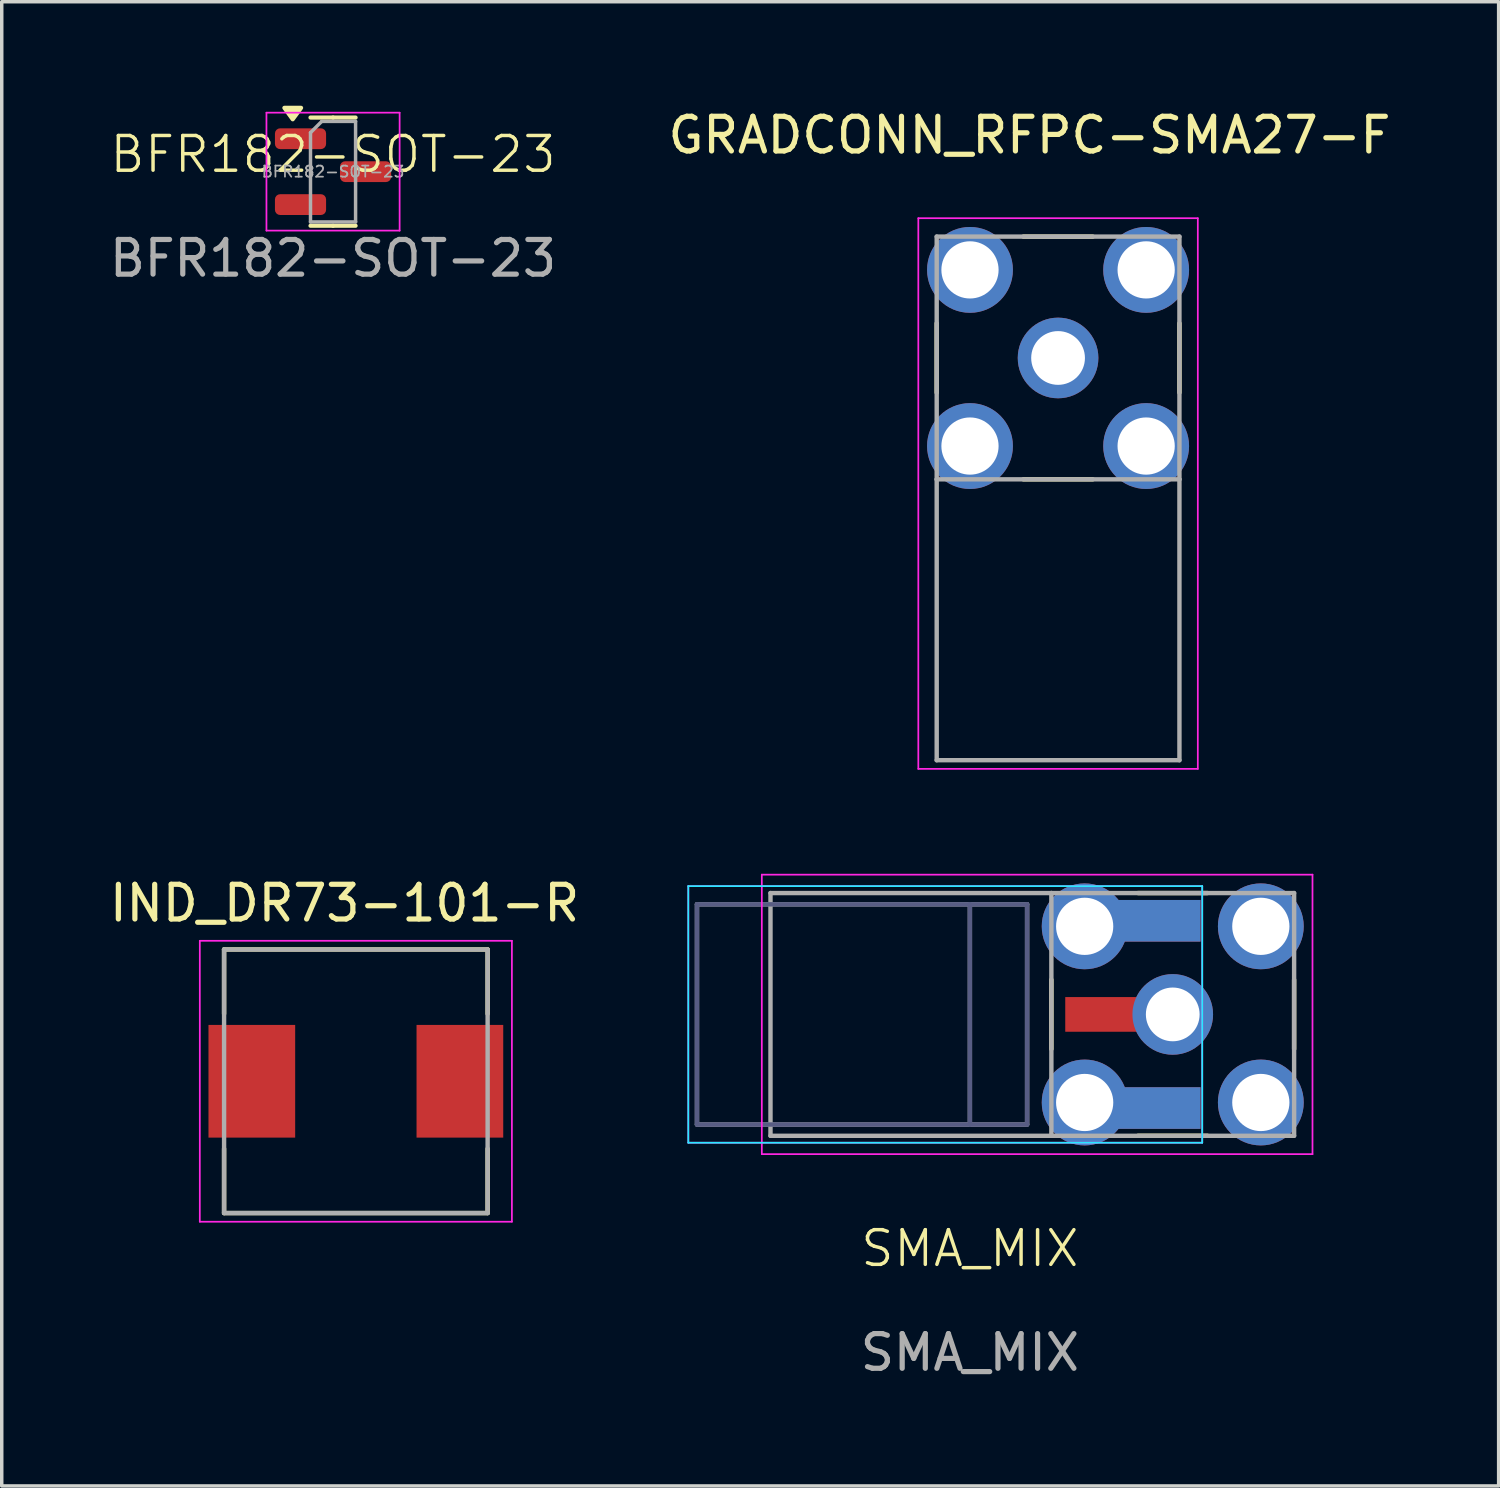
<source format=kicad_pcb>
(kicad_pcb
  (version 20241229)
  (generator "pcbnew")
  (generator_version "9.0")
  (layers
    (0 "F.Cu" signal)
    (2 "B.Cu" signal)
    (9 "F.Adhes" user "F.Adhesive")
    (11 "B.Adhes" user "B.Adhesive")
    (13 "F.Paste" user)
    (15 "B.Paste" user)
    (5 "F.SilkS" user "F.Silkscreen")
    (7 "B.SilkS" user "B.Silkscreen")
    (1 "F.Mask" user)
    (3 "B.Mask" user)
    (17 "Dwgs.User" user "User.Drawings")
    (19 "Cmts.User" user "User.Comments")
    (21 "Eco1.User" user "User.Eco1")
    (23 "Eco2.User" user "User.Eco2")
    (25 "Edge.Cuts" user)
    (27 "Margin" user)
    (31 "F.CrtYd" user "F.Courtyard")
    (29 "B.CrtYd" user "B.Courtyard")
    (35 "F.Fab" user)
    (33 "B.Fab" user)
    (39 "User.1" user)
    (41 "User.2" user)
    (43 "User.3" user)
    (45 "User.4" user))
  (footprint "IND_DR73-101-R"
    (layer "F.Cu")
    (at 7.212 28.131)
    (property "Reference" "IND_DR73-101-R" (at -0.325 -5.135 0) (layer "F.SilkS") (effects (font (size 1 1) (thickness 0.15))))
    (attr smd)
    (fp_line (start -3.8 -3.8) (end -3.8 -1.945) (stroke (width 0.127) (type solid)) (layer "F.SilkS"))
    (fp_line (start -3.8 1.945) (end -3.8 3.8) (stroke (width 0.127) (type solid)) (layer "F.SilkS"))
    (fp_line (start -3.8 3.8) (end 3.8 3.8) (stroke (width 0.127) (type solid)) (layer "F.SilkS"))
    (fp_line (start 3.8 -3.8) (end -3.8 -3.8) (stroke (width 0.127) (type solid)) (layer "F.SilkS"))
    (fp_line (start 3.8 -1.945) (end 3.8 -3.8) (stroke (width 0.127) (type solid)) (layer "F.SilkS"))
    (fp_line (start 3.8 3.8) (end 3.8 1.945) (stroke (width 0.127) (type solid)) (layer "F.SilkS"))
    (fp_line (start -4.5 -4.05) (end 4.5 -4.05) (stroke (width 0.05) (type solid)) (layer "F.CrtYd"))
    (fp_line (start -4.5 4.05) (end -4.5 -4.05) (stroke (width 0.05) (type solid)) (layer "F.CrtYd"))
    (fp_line (start 4.5 -4.05) (end 4.5 4.05) (stroke (width 0.05) (type solid)) (layer "F.CrtYd"))
    (fp_line (start 4.5 4.05) (end -4.5 4.05) (stroke (width 0.05) (type solid)) (layer "F.CrtYd"))
    (fp_line (start -3.8 -3.8) (end -3.8 3.8) (stroke (width 0.127) (type solid)) (layer "F.Fab"))
    (fp_line (start -3.8 3.8) (end 3.8 3.8) (stroke (width 0.127) (type solid)) (layer "F.Fab"))
    (fp_line (start 3.8 -3.8) (end -3.8 -3.8) (stroke (width 0.127) (type solid)) (layer "F.Fab"))
    (fp_line (start 3.8 3.8) (end 3.8 -3.8) (stroke (width 0.127) (type solid)) (layer "F.Fab"))
    (pad "1" smd rect (at -3 0) (size 2.5 3.25) (layers "F.Cu" "F.Mask" "F.Paste"))
    (pad "2" smd rect (at 3 0) (size 2.5 3.25) (layers "F.Cu" "F.Mask" "F.Paste")))
  (footprint "SMA_MIX"
    (layer "F.Cu")
    (at 24.919 26.203)
    (property "Reference" "SMA_MIX" (at 0 6.75 0) (unlocked yes) (layer "F.SilkS") (effects (font (size 1 1) (thickness 0.1))))
    (fp_line (start 2.35 -1) (end 2.35 1) (stroke (width 0.127) (type solid)) (layer "F.SilkS"))
    (fp_line (start 6.85 -3.5) (end 4.85 -3.5) (stroke (width 0.127) (type solid)) (layer "F.SilkS"))
    (fp_line (start 6.85 3.5) (end 4.85 3.5) (stroke (width 0.127) (type solid)) (layer "F.SilkS"))
    (fp_line (start 9.35 -1) (end 9.35 1) (stroke (width 0.127) (type solid)) (layer "F.SilkS"))
    (fp_line (start -8.12 -3.7) (end -8.12 3.7) (stroke (width 0.05) (type solid)) (layer "B.CrtYd"))
    (fp_line (start -8.12 3.7) (end 6.7 3.7) (stroke (width 0.05) (type solid)) (layer "B.CrtYd"))
    (fp_line (start 6.7 -3.7) (end -8.12 -3.7) (stroke (width 0.05) (type solid)) (layer "B.CrtYd"))
    (fp_line (start 6.7 3.7) (end 6.7 -3.7) (stroke (width 0.05) (type solid)) (layer "B.CrtYd"))
    (fp_line (start -8.12 -3.7) (end 6.7 -3.7) (stroke (width 0.05) (type solid)) (layer "F.CrtYd"))
    (fp_line (start -8.12 3.7) (end -8.12 -3.7) (stroke (width 0.05) (type solid)) (layer "F.CrtYd"))
    (fp_line (start -6 -4.03) (end -6 4.03) (stroke (width 0.05) (type solid)) (layer "F.CrtYd"))
    (fp_line (start -6 4.03) (end 9.88 4.03) (stroke (width 0.05) (type solid)) (layer "F.CrtYd"))
    (fp_line (start 6.7 -3.7) (end 6.7 3.7) (stroke (width 0.05) (type solid)) (layer "F.CrtYd"))
    (fp_line (start 6.7 3.7) (end -8.12 3.7) (stroke (width 0.05) (type solid)) (layer "F.CrtYd"))
    (fp_line (start 9.88 -4.03) (end -6 -4.03) (stroke (width 0.05) (type solid)) (layer "F.CrtYd"))
    (fp_line (start 9.88 4.03) (end 9.88 -4.03) (stroke (width 0.05) (type solid)) (layer "F.CrtYd"))
    (fp_line (start -7.87 -3.175) (end 0 -3.175) (stroke (width 0.127) (type solid)) (layer "B.Fab"))
    (fp_line (start -7.87 3.175) (end -7.87 -3.175) (stroke (width 0.127) (type solid)) (layer "B.Fab"))
    (fp_line (start 0 -3.175) (end 0 3.175) (stroke (width 0.127) (type solid)) (layer "B.Fab"))
    (fp_line (start 0 3.175) (end -7.87 3.175) (stroke (width 0.127) (type solid)) (layer "B.Fab"))
    (fp_line (start 0 3.175) (end 1.65 3.175) (stroke (width 0.127) (type solid)) (layer "B.Fab"))
    (fp_line (start 1.65 -3.175) (end 0 -3.175) (stroke (width 0.127) (type solid)) (layer "B.Fab"))
    (fp_line (start 1.65 3.175) (end 1.65 -3.175) (stroke (width 0.127) (type solid)) (layer "B.Fab"))
    (fp_line (start -7.87 -3.175) (end -7.87 3.175) (stroke (width 0.127) (type solid)) (layer "F.Fab"))
    (fp_line (start -7.87 3.175) (end 0 3.175) (stroke (width 0.127) (type solid)) (layer "F.Fab"))
    (fp_line (start -5.75 -3.5) (end -5.75 3.5) (stroke (width 0.127) (type solid)) (layer "F.Fab"))
    (fp_line (start -5.75 3.5) (end 2.35 3.5) (stroke (width 0.127) (type solid)) (layer "F.Fab"))
    (fp_line (start 0 -3.175) (end -7.87 -3.175) (stroke (width 0.127) (type solid)) (layer "F.Fab"))
    (fp_line (start 0 -3.175) (end 1.65 -3.175) (stroke (width 0.127) (type solid)) (layer "F.Fab"))
    (fp_line (start 0 3.175) (end 0 -3.175) (stroke (width 0.127) (type solid)) (layer "F.Fab"))
    (fp_line (start 1.65 -3.175) (end 1.65 3.175) (stroke (width 0.127) (type solid)) (layer "F.Fab"))
    (fp_line (start 1.65 3.175) (end 0 3.175) (stroke (width 0.127) (type solid)) (layer "F.Fab"))
    (fp_line (start 2.35 -3.5) (end -5.75 -3.5) (stroke (width 0.127) (type solid)) (layer "F.Fab"))
    (fp_line (start 2.35 -3.5) (end 2.35 3.5) (stroke (width 0.127) (type solid)) (layer "F.Fab"))
    (fp_line (start 2.35 3.5) (end 9.35 3.5) (stroke (width 0.127) (type solid)) (layer "F.Fab"))
    (fp_line (start 9.35 -3.5) (end 2.35 -3.5) (stroke (width 0.127) (type solid)) (layer "F.Fab"))
    (fp_line (start 9.35 3.5) (end 9.35 -3.5) (stroke (width 0.127) (type solid)) (layer "F.Fab"))
    (fp_text user "${REFERENCE}" (at 0 9.75 0) (unlocked yes) (layer "F.Fab") (effects (font (size 1 1) (thickness 0.15))))
    (pad " 2" smd rect (at 4.7 -2.7) (size 3.9 1.2) (layers "F.Cu" "F.Mask" "F.Paste"))
    (pad " 2" smd rect (at 4.7 -2.7) (size 3.9 1.2) (layers "B.Cu" "B.Mask" "B.Paste"))
    (pad " 2" smd rect (at 4.7 2.7) (size 3.9 1.2) (layers "F.Cu" "F.Mask" "F.Paste"))
    (pad " 2" smd rect (at 4.7 2.7) (size 3.9 1.2) (layers "B.Cu" "B.Mask" "B.Paste"))
    (pad "1" smd rect (at 4.7 0) (size 3.9 1) (layers "F.Cu" "F.Mask" "F.Paste"))
    (pad "1" thru_hole circle (at 5.85 0 270) (size 2.325 2.325) (drill 1.55) (layers "*.Cu" "*.Mask"))
    (pad "2" thru_hole circle (at 3.31 -2.54 270) (size 2.475 2.475) (drill 1.65) (layers "*.Cu" "*.Mask"))
    (pad "2" thru_hole circle (at 3.31 2.54 270) (size 2.475 2.475) (drill 1.65) (layers "*.Cu" "*.Mask"))
    (pad "2" thru_hole circle (at 8.39 -2.54 270) (size 2.475 2.475) (drill 1.65) (layers "*.Cu" "*.Mask"))
    (pad "2" thru_hole circle (at 8.39 2.54 270) (size 2.475 2.475) (drill 1.65) (layers "*.Cu" "*.Mask")))
  (footprint "GRADCONN_RFPC-SMA27-F"
    (layer "F.Cu")
    (at 27.462 7.273)
    (property "Reference" "GRADCONN_RFPC-SMA27-F" (at -0.825 -6.425 0) (layer "F.SilkS") (effects (font (size 1 1) (thickness 0.15))))
    (attr through_hole)
    (fp_line (start -3.5 -1) (end -3.5 1) (stroke (width 0.127) (type solid)) (layer "F.SilkS"))
    (fp_line (start -1 -3.5) (end 1 -3.5) (stroke (width 0.127) (type solid)) (layer "F.SilkS"))
    (fp_line (start -1 3.5) (end 1 3.5) (stroke (width 0.127) (type solid)) (layer "F.SilkS"))
    (fp_line (start 3.5 -1) (end 3.5 1) (stroke (width 0.127) (type solid)) (layer "F.SilkS"))
    (fp_line (start -4.03 -4.03) (end -4.03 11.85) (stroke (width 0.05) (type solid)) (layer "F.CrtYd"))
    (fp_line (start -4.03 11.85) (end 4.03 11.85) (stroke (width 0.05) (type solid)) (layer "F.CrtYd"))
    (fp_line (start 4.03 -4.03) (end -4.03 -4.03) (stroke (width 0.05) (type solid)) (layer "F.CrtYd"))
    (fp_line (start 4.03 11.85) (end 4.03 -4.03) (stroke (width 0.05) (type solid)) (layer "F.CrtYd"))
    (fp_line (start -3.5 -3.5) (end -3.5 3.5) (stroke (width 0.127) (type solid)) (layer "F.Fab"))
    (fp_line (start -3.5 3.5) (end -3.5 11.6) (stroke (width 0.127) (type solid)) (layer "F.Fab"))
    (fp_line (start -3.5 3.5) (end 3.5 3.5) (stroke (width 0.127) (type solid)) (layer "F.Fab"))
    (fp_line (start -3.5 11.6) (end 3.5 11.6) (stroke (width 0.127) (type solid)) (layer "F.Fab"))
    (fp_line (start 3.5 -3.5) (end -3.5 -3.5) (stroke (width 0.127) (type solid)) (layer "F.Fab"))
    (fp_line (start 3.5 3.5) (end 3.5 -3.5) (stroke (width 0.127) (type solid)) (layer "F.Fab"))
    (fp_line (start 3.5 11.6) (end 3.5 3.5) (stroke (width 0.127) (type solid)) (layer "F.Fab"))
    (pad "1" thru_hole circle (at 0 0) (size 2.325 2.325) (drill 1.55) (layers "*.Cu" "*.Mask"))
    (pad "2" thru_hole circle (at -2.54 -2.54) (size 2.475 2.475) (drill 1.65) (layers "*.Cu" "*.Mask"))
    (pad "2" thru_hole circle (at -2.54 2.54) (size 2.475 2.475) (drill 1.65) (layers "*.Cu" "*.Mask"))
    (pad "2" thru_hole circle (at 2.54 -2.54) (size 2.475 2.475) (drill 1.65) (layers "*.Cu" "*.Mask"))
    (pad "2" thru_hole circle (at 2.54 2.54) (size 2.475 2.475) (drill 1.65) (layers "*.Cu" "*.Mask")))
  (footprint "BFR182-SOT-23"
    (layer "F.Cu")
    (at 6.554 1.9)
    (property "Reference" "BFR182-SOT-23" (at 0 -0.5 0) (unlocked yes) (layer "F.SilkS") (effects (font (size 1 1) (thickness 0.1))))
    (attr smd)
    (fp_line (start 0 -1.56) (end -0.65 -1.56) (stroke (width 0.12) (type solid)) (layer "F.SilkS"))
    (fp_line (start 0 -1.56) (end 0.65 -1.56) (stroke (width 0.12) (type solid)) (layer "F.SilkS"))
    (fp_line (start 0 1.56) (end -0.65 1.56) (stroke (width 0.12) (type solid)) (layer "F.SilkS"))
    (fp_line (start 0 1.56) (end 0.65 1.56) (stroke (width 0.12) (type solid)) (layer "F.SilkS"))
    (fp_poly (pts (xy -1.163 -1.51) (xy -1.403 -1.84) (xy -0.922 -1.84) (xy -1.163 -1.51)) (stroke (width 0.12) (type solid)) (fill yes) (layer "F.SilkS"))
    (fp_line (start -1.92 -1.7) (end -1.92 1.7) (stroke (width 0.05) (type solid)) (layer "F.CrtYd"))
    (fp_line (start -1.92 1.7) (end 1.92 1.7) (stroke (width 0.05) (type solid)) (layer "F.CrtYd"))
    (fp_line (start 1.92 -1.7) (end -1.92 -1.7) (stroke (width 0.05) (type solid)) (layer "F.CrtYd"))
    (fp_line (start 1.92 1.7) (end 1.92 -1.7) (stroke (width 0.05) (type solid)) (layer "F.CrtYd"))
    (fp_line (start -0.65 -1.125) (end -0.325 -1.45) (stroke (width 0.1) (type solid)) (layer "F.Fab"))
    (fp_line (start -0.65 1.45) (end -0.65 -1.125) (stroke (width 0.1) (type solid)) (layer "F.Fab"))
    (fp_line (start -0.325 -1.45) (end 0.65 -1.45) (stroke (width 0.1) (type solid)) (layer "F.Fab"))
    (fp_line (start 0.65 -1.45) (end 0.65 1.45) (stroke (width 0.1) (type solid)) (layer "F.Fab"))
    (fp_line (start 0.65 1.45) (end -0.65 1.45) (stroke (width 0.1) (type solid)) (layer "F.Fab"))
    (fp_text user "${REFERENCE}" (at 0 2.5 0) (unlocked yes) (layer "F.Fab") (effects (font (size 1 1) (thickness 0.15))))
    (fp_text user "${REFERENCE}" (at 0 0 0) (layer "F.Fab") (effects (font (size 0.32 0.32) (thickness 0.05))))
    (pad "1" smd roundrect (at -0.938 -0.95) (size 1.475 0.6) (layers "F.Cu" "F.Mask" "F.Paste") (roundrect_rratio 0.25))
    (pad "2" smd roundrect (at -0.938 0.95) (size 1.475 0.6) (layers "F.Cu" "F.Mask" "F.Paste") (roundrect_rratio 0.25))
    (pad "3" smd roundrect (at 0.938 0) (size 1.475 0.6) (layers "F.Cu" "F.Mask" "F.Paste") (roundrect_rratio 0.25)))
  (gr_rect
    (start -3 -3)
    (end 40.167 39.801)
    (stroke (width 0.1) (type default))
    (fill no)
    (layer "Edge.Cuts")))
</source>
